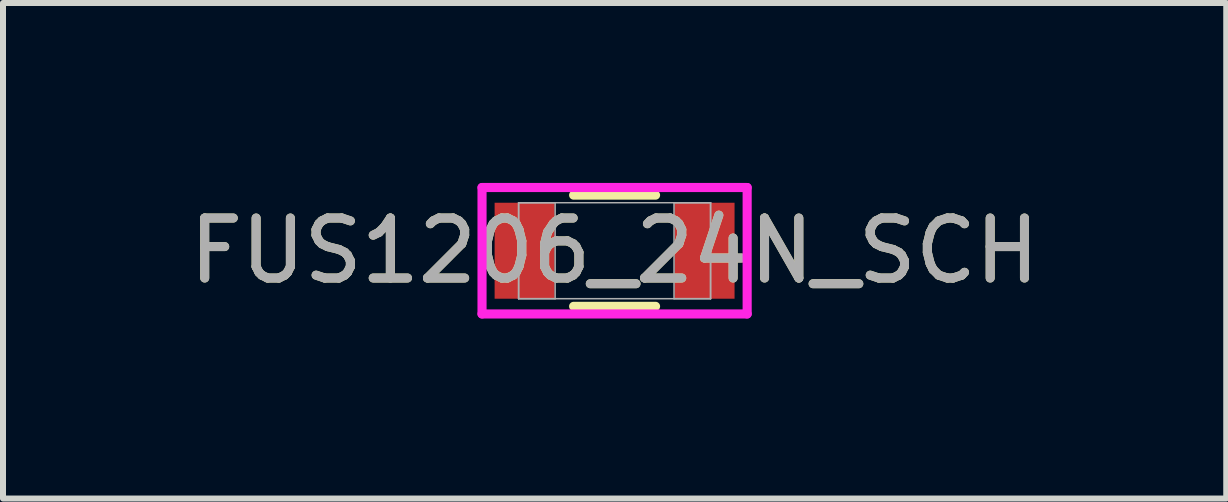
<source format=kicad_pcb>
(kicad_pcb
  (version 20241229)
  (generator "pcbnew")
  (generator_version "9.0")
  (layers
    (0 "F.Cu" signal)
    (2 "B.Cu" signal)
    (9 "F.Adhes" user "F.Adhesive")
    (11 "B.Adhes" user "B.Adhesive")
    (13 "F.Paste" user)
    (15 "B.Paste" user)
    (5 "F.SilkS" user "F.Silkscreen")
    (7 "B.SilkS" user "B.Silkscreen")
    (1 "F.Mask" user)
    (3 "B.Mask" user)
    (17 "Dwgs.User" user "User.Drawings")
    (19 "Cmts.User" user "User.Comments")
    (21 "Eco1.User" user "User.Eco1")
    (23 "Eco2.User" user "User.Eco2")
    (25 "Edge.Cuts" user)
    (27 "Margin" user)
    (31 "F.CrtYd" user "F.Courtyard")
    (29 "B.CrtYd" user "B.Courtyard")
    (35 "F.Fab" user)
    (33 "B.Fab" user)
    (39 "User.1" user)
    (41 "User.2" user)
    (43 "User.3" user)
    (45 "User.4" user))
  (footprint "FUS1206_24N_SCH"
    (layer "F.Cu")
    (at 7.196 1.13)
    (property "Reference" "FUS1206_24N_SCH" (at 0 0 0) (unlocked yes) (layer "F.SilkS") (effects (font (size 1 1) (thickness 0.15))))
    (attr smd)
    (fp_line (start -0.683 0.927) (end 0.683 0.927) (stroke (width 0.152) (type solid)) (layer "F.SilkS"))
    (fp_line (start 0.683 -0.927) (end -0.683 -0.927) (stroke (width 0.152) (type solid)) (layer "F.SilkS"))
    (fp_line (start -2.21 -1.054) (end 2.21 -1.054) (stroke (width 0.152) (type solid)) (layer "F.CrtYd"))
    (fp_line (start -2.21 1.054) (end -2.21 -1.054) (stroke (width 0.152) (type solid)) (layer "F.CrtYd"))
    (fp_line (start 2.21 -1.054) (end 2.21 1.054) (stroke (width 0.152) (type solid)) (layer "F.CrtYd"))
    (fp_line (start 2.21 1.054) (end -2.21 1.054) (stroke (width 0.152) (type solid)) (layer "F.CrtYd"))
    (fp_line (start -1.6 -0.8) (end -1.6 0.8) (stroke (width 0.025) (type solid)) (layer "F.Fab"))
    (fp_line (start -1.6 -0.8) (end -1.6 0.8) (stroke (width 0.025) (type solid)) (layer "F.Fab"))
    (fp_line (start -1.6 0.8) (end -0.991 0.8) (stroke (width 0.025) (type solid)) (layer "F.Fab"))
    (fp_line (start -1.6 0.8) (end 1.6 0.8) (stroke (width 0.025) (type solid)) (layer "F.Fab"))
    (fp_line (start -0.991 -0.8) (end -1.6 -0.8) (stroke (width 0.025) (type solid)) (layer "F.Fab"))
    (fp_line (start -0.991 0.8) (end -0.991 -0.8) (stroke (width 0.025) (type solid)) (layer "F.Fab"))
    (fp_line (start 0.991 -0.8) (end 0.991 0.8) (stroke (width 0.025) (type solid)) (layer "F.Fab"))
    (fp_line (start 0.991 0.8) (end 1.6 0.8) (stroke (width 0.025) (type solid)) (layer "F.Fab"))
    (fp_line (start 1.6 -0.8) (end -1.6 -0.8) (stroke (width 0.025) (type solid)) (layer "F.Fab"))
    (fp_line (start 1.6 -0.8) (end 0.991 -0.8) (stroke (width 0.025) (type solid)) (layer "F.Fab"))
    (fp_line (start 1.6 0.8) (end 1.6 -0.8) (stroke (width 0.025) (type solid)) (layer "F.Fab"))
    (fp_line (start 1.6 0.8) (end 1.6 -0.8) (stroke (width 0.025) (type solid)) (layer "F.Fab"))
    (fp_text user "${REFERENCE}" (at 0 0 0) (unlocked yes) (layer "F.Fab") (effects (font (size 1 1) (thickness 0.15))))
    (pad "1" smd rect (at -1.5 0) (size 1 1.6) (layers "F.Cu" "F.Mask" "F.Paste"))
    (pad "2" smd rect (at 1.5 0) (size 1 1.6) (layers "F.Cu" "F.Mask" "F.Paste"))
    (zone (net_name "") (layer "F.Cu") (hatch full 0.508) (connect_pads) (min_thickness 0.254) (filled_areas_thickness no) (keepout (tracks not_allowed) (vias not_allowed) (pads allowed) (copperpour not_allowed) (footprints allowed)) (placement (enabled no)) (fill) (polygon (pts (xy 6.257 0.381) (xy 8.136 0.381) (xy 8.136 1.88) (xy 6.257 1.88)))))
  (gr_rect
    (start -3 -3)
    (end 17.393 5.261)
    (stroke (width 0.1) (type default))
    (fill no)
    (layer "Edge.Cuts")))
</source>
